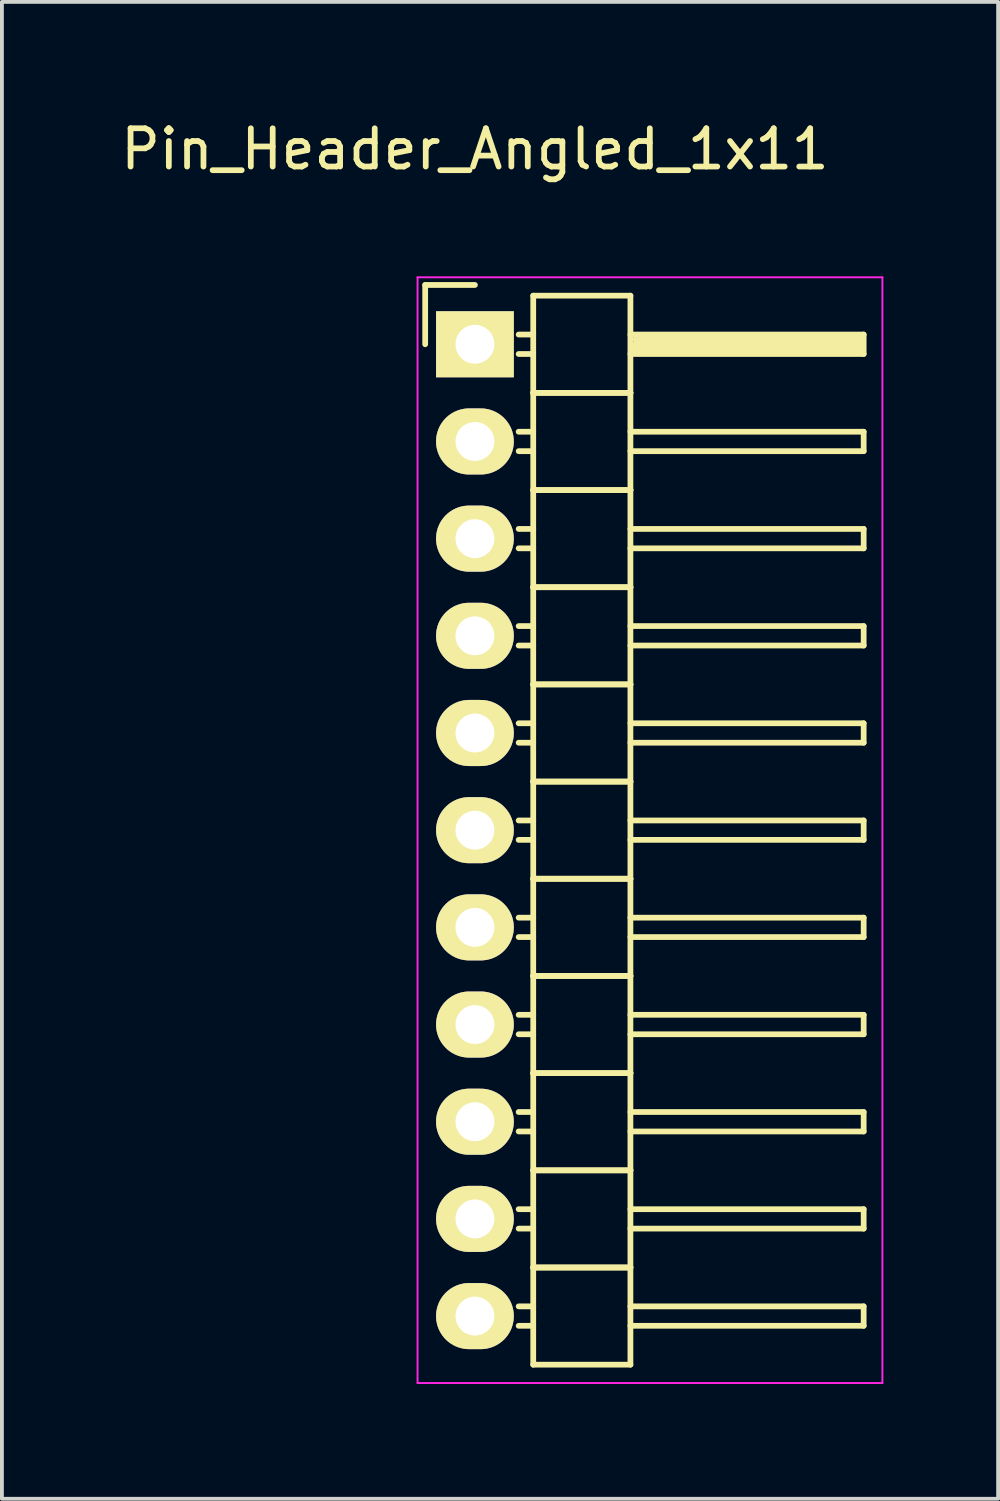
<source format=kicad_pcb>
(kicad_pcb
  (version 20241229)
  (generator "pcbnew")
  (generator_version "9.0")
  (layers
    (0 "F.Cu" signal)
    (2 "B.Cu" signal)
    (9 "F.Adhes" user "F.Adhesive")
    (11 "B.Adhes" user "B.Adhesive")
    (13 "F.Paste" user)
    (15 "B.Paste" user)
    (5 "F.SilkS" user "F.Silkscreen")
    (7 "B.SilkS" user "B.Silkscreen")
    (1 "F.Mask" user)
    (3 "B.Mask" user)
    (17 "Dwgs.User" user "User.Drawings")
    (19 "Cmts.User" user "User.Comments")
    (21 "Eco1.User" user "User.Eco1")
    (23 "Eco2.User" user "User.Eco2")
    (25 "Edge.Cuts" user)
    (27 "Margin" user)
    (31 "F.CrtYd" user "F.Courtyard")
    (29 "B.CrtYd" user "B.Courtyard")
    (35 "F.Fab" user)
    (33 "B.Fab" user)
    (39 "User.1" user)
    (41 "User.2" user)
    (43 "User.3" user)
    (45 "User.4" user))
  (footprint "Pin_Header_Angled_1x11"
    (layer "F.Cu")
    (at 9.363 5.948)
    (property "Reference" "Pin_Header_Angled_1x11" (at 0 -5.1 0) (layer "F.SilkS") (effects (font (size 1 1) (thickness 0.15))))
    (attr through_hole)
    (fp_line (start -1.3 -1.55) (end -1.3 0) (stroke (width 0.15) (type solid)) (layer "F.SilkS"))
    (fp_line (start 0 -1.55) (end -1.3 -1.55) (stroke (width 0.15) (type solid)) (layer "F.SilkS"))
    (fp_line (start 1.524 -1.27) (end 1.524 1.27) (stroke (width 0.15) (type solid)) (layer "F.SilkS"))
    (fp_line (start 1.524 -1.27) (end 4.064 -1.27) (stroke (width 0.15) (type solid)) (layer "F.SilkS"))
    (fp_line (start 1.524 -0.254) (end 1.143 -0.254) (stroke (width 0.15) (type solid)) (layer "F.SilkS"))
    (fp_line (start 1.524 0.254) (end 1.143 0.254) (stroke (width 0.15) (type solid)) (layer "F.SilkS"))
    (fp_line (start 1.524 1.27) (end 1.524 3.81) (stroke (width 0.15) (type solid)) (layer "F.SilkS"))
    (fp_line (start 1.524 1.27) (end 4.064 1.27) (stroke (width 0.15) (type solid)) (layer "F.SilkS"))
    (fp_line (start 1.524 1.27) (end 4.064 1.27) (stroke (width 0.15) (type solid)) (layer "F.SilkS"))
    (fp_line (start 1.524 2.286) (end 1.143 2.286) (stroke (width 0.15) (type solid)) (layer "F.SilkS"))
    (fp_line (start 1.524 2.794) (end 1.143 2.794) (stroke (width 0.15) (type solid)) (layer "F.SilkS"))
    (fp_line (start 1.524 3.81) (end 1.524 6.35) (stroke (width 0.15) (type solid)) (layer "F.SilkS"))
    (fp_line (start 1.524 3.81) (end 4.064 3.81) (stroke (width 0.15) (type solid)) (layer "F.SilkS"))
    (fp_line (start 1.524 3.81) (end 4.064 3.81) (stroke (width 0.15) (type solid)) (layer "F.SilkS"))
    (fp_line (start 1.524 4.826) (end 1.143 4.826) (stroke (width 0.15) (type solid)) (layer "F.SilkS"))
    (fp_line (start 1.524 5.334) (end 1.143 5.334) (stroke (width 0.15) (type solid)) (layer "F.SilkS"))
    (fp_line (start 1.524 6.35) (end 1.524 8.89) (stroke (width 0.15) (type solid)) (layer "F.SilkS"))
    (fp_line (start 1.524 6.35) (end 4.064 6.35) (stroke (width 0.15) (type solid)) (layer "F.SilkS"))
    (fp_line (start 1.524 6.35) (end 4.064 6.35) (stroke (width 0.15) (type solid)) (layer "F.SilkS"))
    (fp_line (start 1.524 7.366) (end 1.143 7.366) (stroke (width 0.15) (type solid)) (layer "F.SilkS"))
    (fp_line (start 1.524 7.874) (end 1.143 7.874) (stroke (width 0.15) (type solid)) (layer "F.SilkS"))
    (fp_line (start 1.524 8.89) (end 1.524 11.43) (stroke (width 0.15) (type solid)) (layer "F.SilkS"))
    (fp_line (start 1.524 8.89) (end 4.064 8.89) (stroke (width 0.15) (type solid)) (layer "F.SilkS"))
    (fp_line (start 1.524 8.89) (end 4.064 8.89) (stroke (width 0.15) (type solid)) (layer "F.SilkS"))
    (fp_line (start 1.524 9.906) (end 1.143 9.906) (stroke (width 0.15) (type solid)) (layer "F.SilkS"))
    (fp_line (start 1.524 10.414) (end 1.143 10.414) (stroke (width 0.15) (type solid)) (layer "F.SilkS"))
    (fp_line (start 1.524 11.43) (end 1.524 13.97) (stroke (width 0.15) (type solid)) (layer "F.SilkS"))
    (fp_line (start 1.524 11.43) (end 4.064 11.43) (stroke (width 0.15) (type solid)) (layer "F.SilkS"))
    (fp_line (start 1.524 11.43) (end 4.064 11.43) (stroke (width 0.15) (type solid)) (layer "F.SilkS"))
    (fp_line (start 1.524 12.446) (end 1.143 12.446) (stroke (width 0.15) (type solid)) (layer "F.SilkS"))
    (fp_line (start 1.524 12.954) (end 1.143 12.954) (stroke (width 0.15) (type solid)) (layer "F.SilkS"))
    (fp_line (start 1.524 13.97) (end 1.524 16.51) (stroke (width 0.15) (type solid)) (layer "F.SilkS"))
    (fp_line (start 1.524 13.97) (end 4.064 13.97) (stroke (width 0.15) (type solid)) (layer "F.SilkS"))
    (fp_line (start 1.524 13.97) (end 4.064 13.97) (stroke (width 0.15) (type solid)) (layer "F.SilkS"))
    (fp_line (start 1.524 14.986) (end 1.143 14.986) (stroke (width 0.15) (type solid)) (layer "F.SilkS"))
    (fp_line (start 1.524 15.494) (end 1.143 15.494) (stroke (width 0.15) (type solid)) (layer "F.SilkS"))
    (fp_line (start 1.524 16.51) (end 1.524 19.05) (stroke (width 0.15) (type solid)) (layer "F.SilkS"))
    (fp_line (start 1.524 16.51) (end 4.064 16.51) (stroke (width 0.15) (type solid)) (layer "F.SilkS"))
    (fp_line (start 1.524 16.51) (end 4.064 16.51) (stroke (width 0.15) (type solid)) (layer "F.SilkS"))
    (fp_line (start 1.524 17.526) (end 1.143 17.526) (stroke (width 0.15) (type solid)) (layer "F.SilkS"))
    (fp_line (start 1.524 18.034) (end 1.143 18.034) (stroke (width 0.15) (type solid)) (layer "F.SilkS"))
    (fp_line (start 1.524 19.05) (end 1.524 21.59) (stroke (width 0.15) (type solid)) (layer "F.SilkS"))
    (fp_line (start 1.524 19.05) (end 4.064 19.05) (stroke (width 0.15) (type solid)) (layer "F.SilkS"))
    (fp_line (start 1.524 19.05) (end 4.064 19.05) (stroke (width 0.15) (type solid)) (layer "F.SilkS"))
    (fp_line (start 1.524 20.066) (end 1.143 20.066) (stroke (width 0.15) (type solid)) (layer "F.SilkS"))
    (fp_line (start 1.524 20.574) (end 1.143 20.574) (stroke (width 0.15) (type solid)) (layer "F.SilkS"))
    (fp_line (start 1.524 21.59) (end 1.524 24.13) (stroke (width 0.15) (type solid)) (layer "F.SilkS"))
    (fp_line (start 1.524 21.59) (end 4.064 21.59) (stroke (width 0.15) (type solid)) (layer "F.SilkS"))
    (fp_line (start 1.524 21.59) (end 4.064 21.59) (stroke (width 0.15) (type solid)) (layer "F.SilkS"))
    (fp_line (start 1.524 22.606) (end 1.143 22.606) (stroke (width 0.15) (type solid)) (layer "F.SilkS"))
    (fp_line (start 1.524 23.114) (end 1.143 23.114) (stroke (width 0.15) (type solid)) (layer "F.SilkS"))
    (fp_line (start 1.524 24.13) (end 1.524 26.67) (stroke (width 0.15) (type solid)) (layer "F.SilkS"))
    (fp_line (start 1.524 24.13) (end 4.064 24.13) (stroke (width 0.15) (type solid)) (layer "F.SilkS"))
    (fp_line (start 1.524 24.13) (end 4.064 24.13) (stroke (width 0.15) (type solid)) (layer "F.SilkS"))
    (fp_line (start 1.524 25.146) (end 1.143 25.146) (stroke (width 0.15) (type solid)) (layer "F.SilkS"))
    (fp_line (start 1.524 25.654) (end 1.143 25.654) (stroke (width 0.15) (type solid)) (layer "F.SilkS"))
    (fp_line (start 1.524 26.67) (end 4.064 26.67) (stroke (width 0.15) (type solid)) (layer "F.SilkS"))
    (fp_line (start 4.064 -0.254) (end 10.16 -0.254) (stroke (width 0.15) (type solid)) (layer "F.SilkS"))
    (fp_line (start 4.064 1.27) (end 4.064 -1.27) (stroke (width 0.15) (type solid)) (layer "F.SilkS"))
    (fp_line (start 4.064 2.286) (end 10.16 2.286) (stroke (width 0.15) (type solid)) (layer "F.SilkS"))
    (fp_line (start 4.064 3.81) (end 4.064 1.27) (stroke (width 0.15) (type solid)) (layer "F.SilkS"))
    (fp_line (start 4.064 4.826) (end 10.16 4.826) (stroke (width 0.15) (type solid)) (layer "F.SilkS"))
    (fp_line (start 4.064 6.35) (end 4.064 3.81) (stroke (width 0.15) (type solid)) (layer "F.SilkS"))
    (fp_line (start 4.064 7.366) (end 10.16 7.366) (stroke (width 0.15) (type solid)) (layer "F.SilkS"))
    (fp_line (start 4.064 8.89) (end 4.064 6.35) (stroke (width 0.15) (type solid)) (layer "F.SilkS"))
    (fp_line (start 4.064 9.906) (end 10.16 9.906) (stroke (width 0.15) (type solid)) (layer "F.SilkS"))
    (fp_line (start 4.064 11.43) (end 4.064 8.89) (stroke (width 0.15) (type solid)) (layer "F.SilkS"))
    (fp_line (start 4.064 12.446) (end 10.16 12.446) (stroke (width 0.15) (type solid)) (layer "F.SilkS"))
    (fp_line (start 4.064 13.97) (end 4.064 11.43) (stroke (width 0.15) (type solid)) (layer "F.SilkS"))
    (fp_line (start 4.064 14.986) (end 10.16 14.986) (stroke (width 0.15) (type solid)) (layer "F.SilkS"))
    (fp_line (start 4.064 16.51) (end 4.064 13.97) (stroke (width 0.15) (type solid)) (layer "F.SilkS"))
    (fp_line (start 4.064 17.526) (end 10.16 17.526) (stroke (width 0.15) (type solid)) (layer "F.SilkS"))
    (fp_line (start 4.064 19.05) (end 4.064 16.51) (stroke (width 0.15) (type solid)) (layer "F.SilkS"))
    (fp_line (start 4.064 20.066) (end 10.16 20.066) (stroke (width 0.15) (type solid)) (layer "F.SilkS"))
    (fp_line (start 4.064 21.59) (end 4.064 19.05) (stroke (width 0.15) (type solid)) (layer "F.SilkS"))
    (fp_line (start 4.064 22.606) (end 10.16 22.606) (stroke (width 0.15) (type solid)) (layer "F.SilkS"))
    (fp_line (start 4.064 24.13) (end 4.064 21.59) (stroke (width 0.15) (type solid)) (layer "F.SilkS"))
    (fp_line (start 4.064 25.146) (end 10.16 25.146) (stroke (width 0.15) (type solid)) (layer "F.SilkS"))
    (fp_line (start 4.064 26.67) (end 4.064 24.13) (stroke (width 0.15) (type solid)) (layer "F.SilkS"))
    (fp_line (start 4.191 -0.127) (end 10.033 -0.127) (stroke (width 0.15) (type solid)) (layer "F.SilkS"))
    (fp_line (start 4.191 0) (end 10.033 0) (stroke (width 0.15) (type solid)) (layer "F.SilkS"))
    (fp_line (start 4.191 0.127) (end 4.191 0) (stroke (width 0.15) (type solid)) (layer "F.SilkS"))
    (fp_line (start 10.033 -0.127) (end 10.033 0.127) (stroke (width 0.15) (type solid)) (layer "F.SilkS"))
    (fp_line (start 10.033 0.127) (end 4.191 0.127) (stroke (width 0.15) (type solid)) (layer "F.SilkS"))
    (fp_line (start 10.16 -0.254) (end 10.16 0.254) (stroke (width 0.15) (type solid)) (layer "F.SilkS"))
    (fp_line (start 10.16 0.254) (end 4.064 0.254) (stroke (width 0.15) (type solid)) (layer "F.SilkS"))
    (fp_line (start 10.16 2.286) (end 10.16 2.794) (stroke (width 0.15) (type solid)) (layer "F.SilkS"))
    (fp_line (start 10.16 2.794) (end 4.064 2.794) (stroke (width 0.15) (type solid)) (layer "F.SilkS"))
    (fp_line (start 10.16 4.826) (end 10.16 5.334) (stroke (width 0.15) (type solid)) (layer "F.SilkS"))
    (fp_line (start 10.16 5.334) (end 4.064 5.334) (stroke (width 0.15) (type solid)) (layer "F.SilkS"))
    (fp_line (start 10.16 7.366) (end 10.16 7.874) (stroke (width 0.15) (type solid)) (layer "F.SilkS"))
    (fp_line (start 10.16 7.874) (end 4.064 7.874) (stroke (width 0.15) (type solid)) (layer "F.SilkS"))
    (fp_line (start 10.16 9.906) (end 10.16 10.414) (stroke (width 0.15) (type solid)) (layer "F.SilkS"))
    (fp_line (start 10.16 10.414) (end 4.064 10.414) (stroke (width 0.15) (type solid)) (layer "F.SilkS"))
    (fp_line (start 10.16 12.446) (end 10.16 12.954) (stroke (width 0.15) (type solid)) (layer "F.SilkS"))
    (fp_line (start 10.16 12.954) (end 4.064 12.954) (stroke (width 0.15) (type solid)) (layer "F.SilkS"))
    (fp_line (start 10.16 14.986) (end 10.16 15.494) (stroke (width 0.15) (type solid)) (layer "F.SilkS"))
    (fp_line (start 10.16 15.494) (end 4.064 15.494) (stroke (width 0.15) (type solid)) (layer "F.SilkS"))
    (fp_line (start 10.16 17.526) (end 10.16 18.034) (stroke (width 0.15) (type solid)) (layer "F.SilkS"))
    (fp_line (start 10.16 18.034) (end 4.064 18.034) (stroke (width 0.15) (type solid)) (layer "F.SilkS"))
    (fp_line (start 10.16 20.066) (end 10.16 20.574) (stroke (width 0.15) (type solid)) (layer "F.SilkS"))
    (fp_line (start 10.16 20.574) (end 4.064 20.574) (stroke (width 0.15) (type solid)) (layer "F.SilkS"))
    (fp_line (start 10.16 22.606) (end 10.16 23.114) (stroke (width 0.15) (type solid)) (layer "F.SilkS"))
    (fp_line (start 10.16 23.114) (end 4.064 23.114) (stroke (width 0.15) (type solid)) (layer "F.SilkS"))
    (fp_line (start 10.16 25.146) (end 10.16 25.654) (stroke (width 0.15) (type solid)) (layer "F.SilkS"))
    (fp_line (start 10.16 25.654) (end 4.064 25.654) (stroke (width 0.15) (type solid)) (layer "F.SilkS"))
    (fp_line (start -1.5 -1.75) (end -1.5 27.15) (stroke (width 0.05) (type solid)) (layer "F.CrtYd"))
    (fp_line (start -1.5 -1.75) (end 10.65 -1.75) (stroke (width 0.05) (type solid)) (layer "F.CrtYd"))
    (fp_line (start -1.5 27.15) (end 10.65 27.15) (stroke (width 0.05) (type solid)) (layer "F.CrtYd"))
    (fp_line (start 10.65 -1.75) (end 10.65 27.15) (stroke (width 0.05) (type solid)) (layer "F.CrtYd"))
    (pad "1" thru_hole rect (at 0 0) (size 2.032 1.727) (drill 1.016) (layers "*.Cu" "*.Mask" "F.SilkS"))
    (pad "2" thru_hole oval (at 0 2.54) (size 2.032 1.727) (drill 1.016) (layers "*.Cu" "*.Mask" "F.SilkS"))
    (pad "3" thru_hole oval (at 0 5.08) (size 2.032 1.727) (drill 1.016) (layers "*.Cu" "*.Mask" "F.SilkS"))
    (pad "4" thru_hole oval (at 0 7.62) (size 2.032 1.727) (drill 1.016) (layers "*.Cu" "*.Mask" "F.SilkS"))
    (pad "5" thru_hole oval (at 0 10.16) (size 2.032 1.727) (drill 1.016) (layers "*.Cu" "*.Mask" "F.SilkS"))
    (pad "6" thru_hole oval (at 0 12.7) (size 2.032 1.727) (drill 1.016) (layers "*.Cu" "*.Mask" "F.SilkS"))
    (pad "7" thru_hole oval (at 0 15.24) (size 2.032 1.727) (drill 1.016) (layers "*.Cu" "*.Mask" "F.SilkS"))
    (pad "8" thru_hole oval (at 0 17.78) (size 2.032 1.727) (drill 1.016) (layers "*.Cu" "*.Mask" "F.SilkS"))
    (pad "9" thru_hole oval (at 0 20.32) (size 2.032 1.727) (drill 1.016) (layers "*.Cu" "*.Mask" "F.SilkS"))
    (pad "10" thru_hole oval (at 0 22.86) (size 2.032 1.727) (drill 1.016) (layers "*.Cu" "*.Mask" "F.SilkS"))
    (pad "11" thru_hole oval (at 0 25.4) (size 2.032 1.727) (drill 1.016) (layers "*.Cu" "*.Mask" "F.SilkS")))
  (gr_rect
    (start -3 -3)
    (end 23.038 36.123)
    (stroke (width 0.1) (type default))
    (fill no)
    (layer "Edge.Cuts")))
</source>
